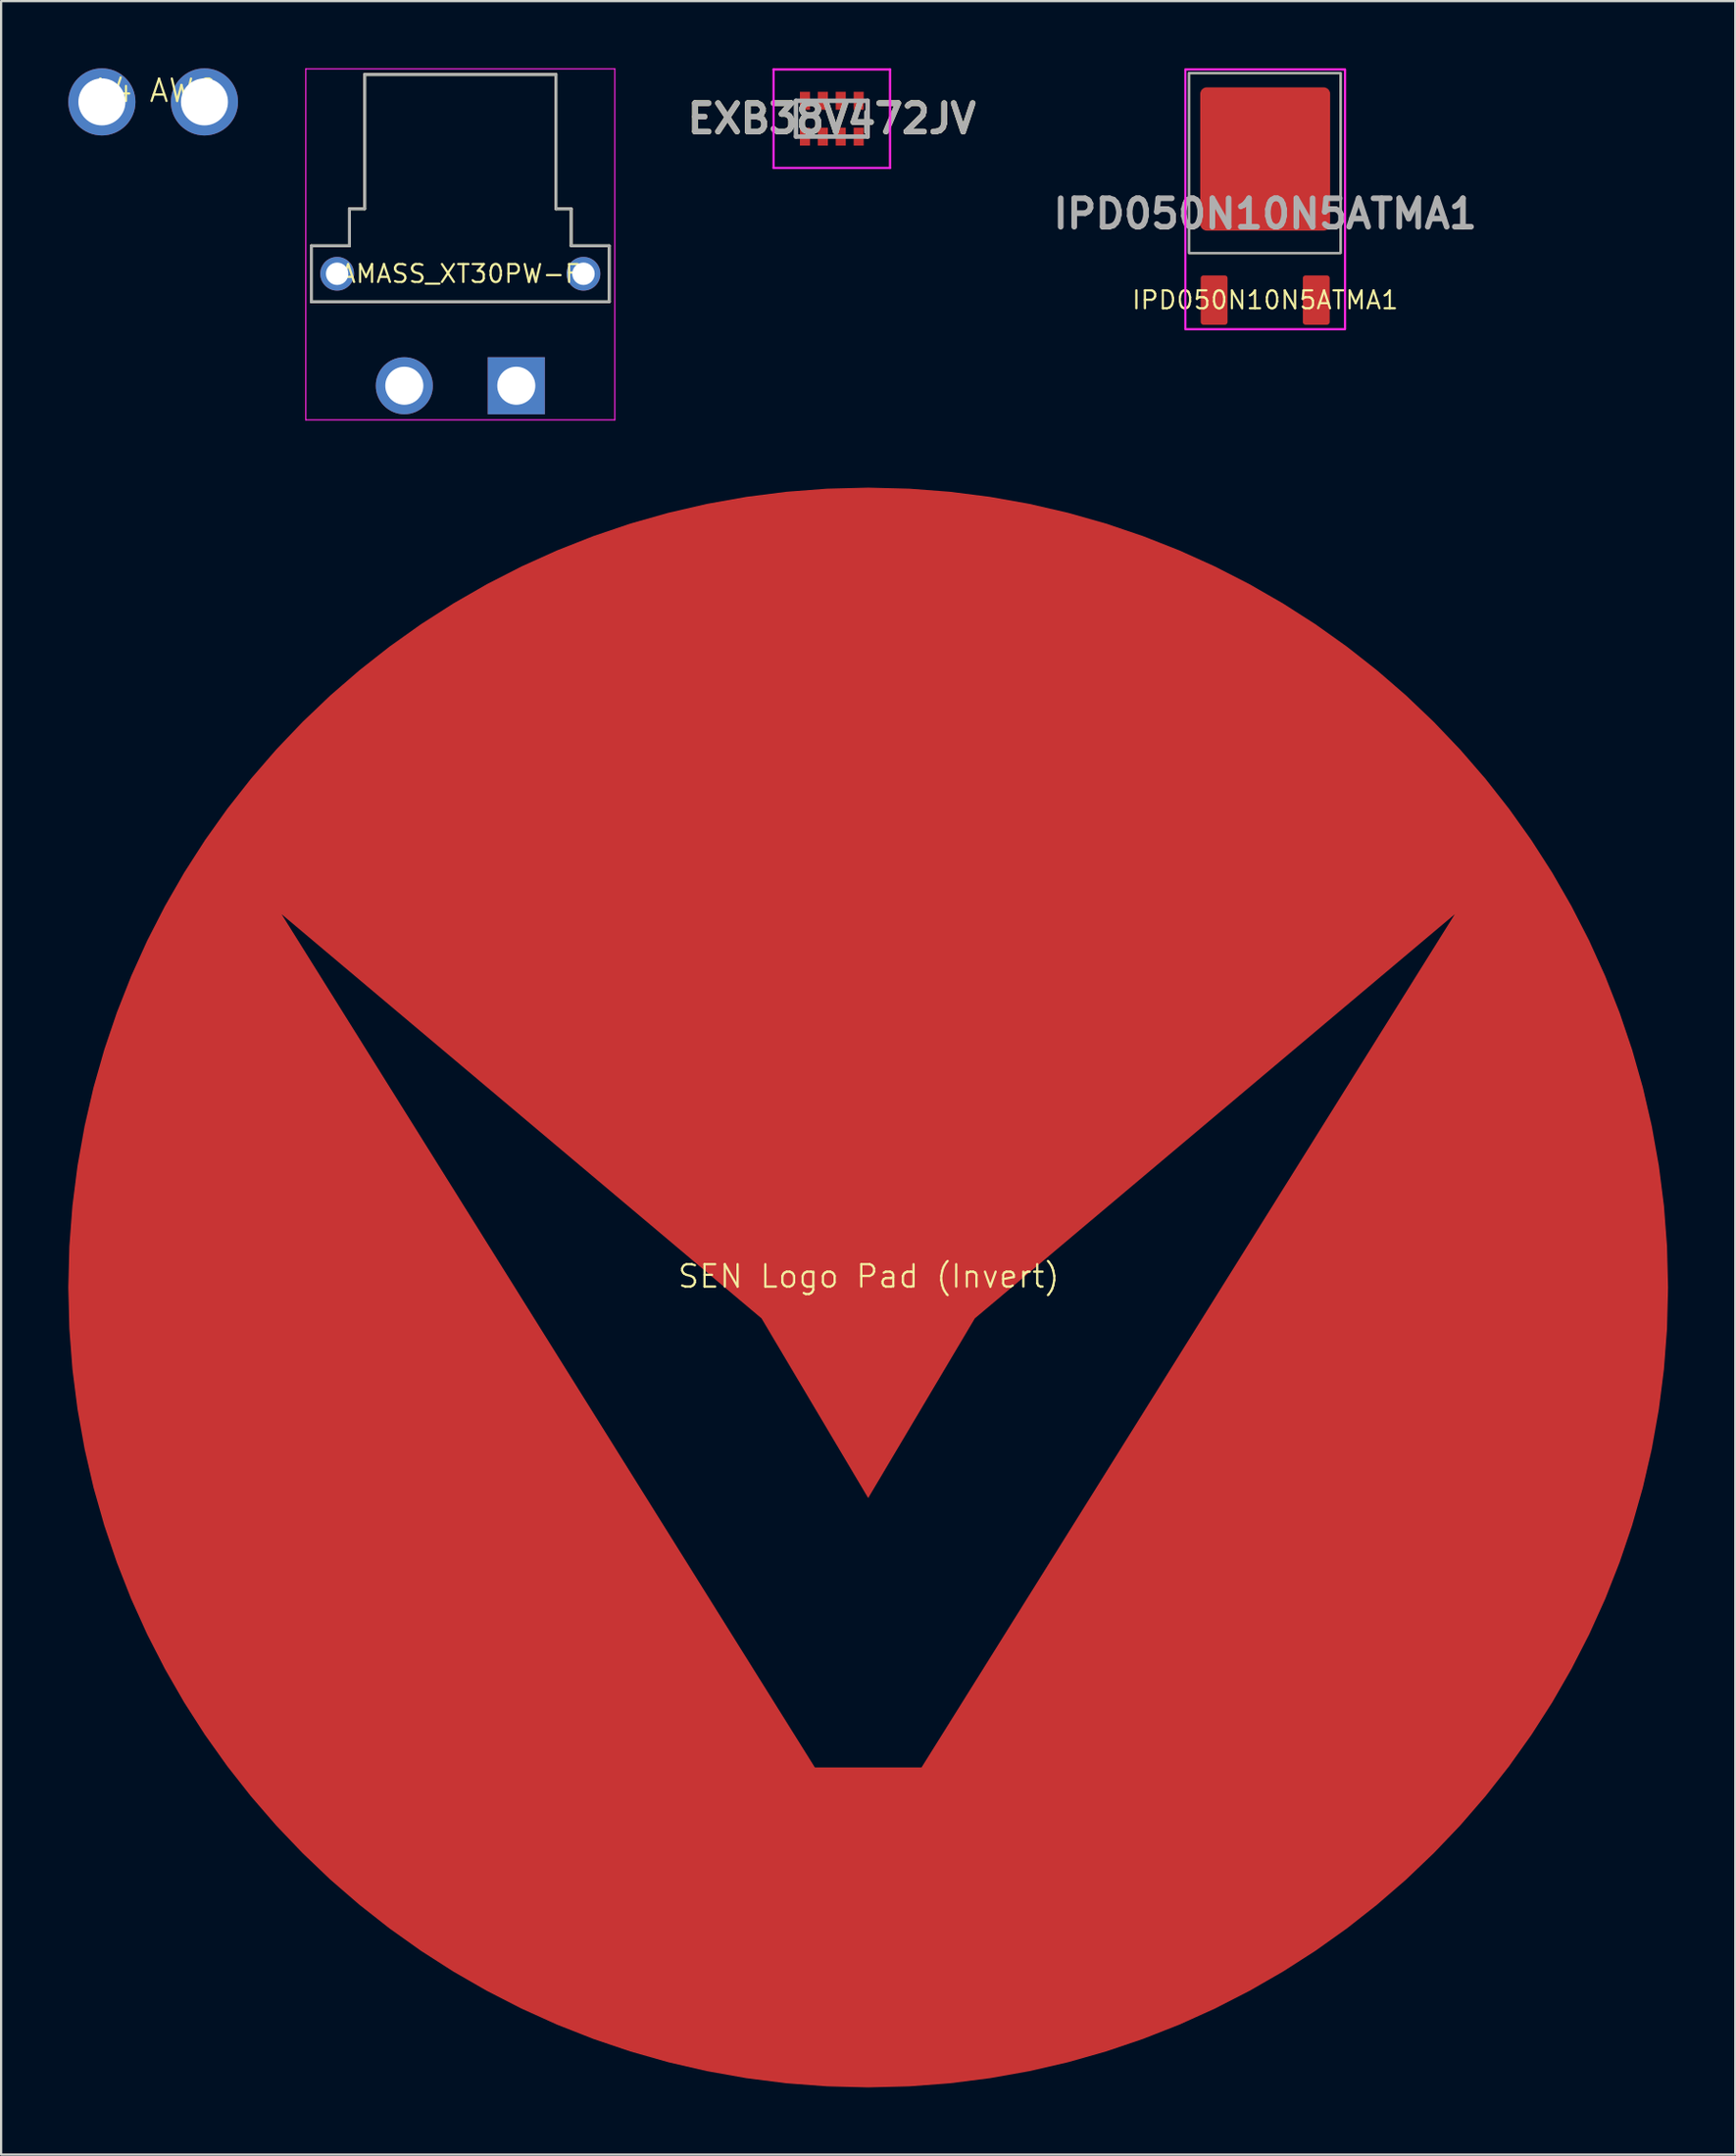
<source format=kicad_pcb>
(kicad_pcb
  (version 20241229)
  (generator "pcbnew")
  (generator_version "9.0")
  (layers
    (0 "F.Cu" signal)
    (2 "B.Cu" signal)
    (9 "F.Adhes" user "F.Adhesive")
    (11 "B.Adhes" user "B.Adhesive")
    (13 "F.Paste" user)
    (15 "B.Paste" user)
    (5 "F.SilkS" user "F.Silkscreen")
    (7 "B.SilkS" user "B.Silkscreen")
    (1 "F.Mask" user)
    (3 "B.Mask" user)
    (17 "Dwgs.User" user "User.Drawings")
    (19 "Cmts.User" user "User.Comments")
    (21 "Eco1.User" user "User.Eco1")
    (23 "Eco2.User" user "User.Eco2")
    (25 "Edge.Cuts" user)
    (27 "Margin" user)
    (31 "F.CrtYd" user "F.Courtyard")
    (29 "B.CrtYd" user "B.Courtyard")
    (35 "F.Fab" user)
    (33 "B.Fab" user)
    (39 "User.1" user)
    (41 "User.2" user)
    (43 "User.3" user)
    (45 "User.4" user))
  (footprint "EXB38V472JV"
    (layer "F.Cu")
    (at 34.094 2.25)
    (property "Reference" "EXB38V472JV" (at 0 0 0) (layer "F.SilkS") (effects (font (size 1.27 1.27) (thickness 0.254))))
    (attr smd)
    (fp_line (start -1.6 -0.8) (end -1.6 0.8) (stroke (width 0.1) (type solid)) (layer "F.SilkS"))
    (fp_line (start 1.6 -0.8) (end 1.6 0.8) (stroke (width 0.1) (type solid)) (layer "F.SilkS"))
    (fp_line (start -2.6 -2.2) (end 2.6 -2.2) (stroke (width 0.1) (type solid)) (layer "F.CrtYd"))
    (fp_line (start -2.6 2.2) (end -2.6 -2.2) (stroke (width 0.1) (type solid)) (layer "F.CrtYd"))
    (fp_line (start 2.6 -2.2) (end 2.6 2.2) (stroke (width 0.1) (type solid)) (layer "F.CrtYd"))
    (fp_line (start 2.6 2.2) (end -2.6 2.2) (stroke (width 0.1) (type solid)) (layer "F.CrtYd"))
    (fp_line (start -1.6 -0.8) (end 1.6 -0.8) (stroke (width 0.2) (type solid)) (layer "F.Fab"))
    (fp_line (start -1.6 0.8) (end -1.6 -0.8) (stroke (width 0.2) (type solid)) (layer "F.Fab"))
    (fp_line (start 1.6 -0.8) (end 1.6 0.8) (stroke (width 0.2) (type solid)) (layer "F.Fab"))
    (fp_line (start 1.6 0.8) (end -1.6 0.8) (stroke (width 0.2) (type solid)) (layer "F.Fab"))
    (fp_text user "${REFERENCE}" (at 0 0 0) (layer "F.Fab") (effects (font (size 1.27 1.27) (thickness 0.254))))
    (pad "1" smd rect (at -1.2 0.8) (size 0.45 0.8) (layers "F.Cu" "F.Mask" "F.Paste"))
    (pad "2" smd rect (at -0.4 0.8) (size 0.45 0.8) (layers "F.Cu" "F.Mask" "F.Paste"))
    (pad "3" smd rect (at 0.4 0.8) (size 0.45 0.8) (layers "F.Cu" "F.Mask" "F.Paste"))
    (pad "4" smd rect (at 1.2 0.8) (size 0.45 0.8) (layers "F.Cu" "F.Mask" "F.Paste"))
    (pad "5" smd rect (at 1.2 -0.8) (size 0.45 0.8) (layers "F.Cu" "F.Mask" "F.Paste"))
    (pad "6" smd rect (at 0.4 -0.8) (size 0.45 0.8) (layers "F.Cu" "F.Mask" "F.Paste"))
    (pad "7" smd rect (at -0.4 -0.8) (size 0.45 0.8) (layers "F.Cu" "F.Mask" "F.Paste"))
    (pad "8" smd rect (at -1.2 -0.8) (size 0.45 0.8) (layers "F.Cu" "F.Mask" "F.Paste")))
  (footprint "14 AWG"
    (layer "F.Cu")
    (at 3.79 1.5)
    (property "Reference" "14 AWG" (at 0 -0.5 0) (unlocked yes) (layer "F.SilkS") (effects (font (size 1 1) (thickness 0.1))))
    (attr through_hole)
    (pad "1" thru_hole circle (at -2.29 0) (size 3 3) (drill 2.1) (layers "*.Cu" "*.Mask" "Eco1.User"))
    (pad "2" thru_hole circle (at 2.29 0) (size 3 3) (drill 2.1) (layers "*.Cu" "*.Mask" "Eco1.User")))
  (footprint "IPD050N10N5ATMA1"
    (layer "F.Cu")
    (at 53.447 4.05)
    (property "Reference" "IPD050N10N5ATMA1" (at 0 6.3 180) (layer "F.SilkS") (effects (font (size 0.8 0.8) (thickness 0.1))))
    (attr smd)
    (fp_rect (start -3.4 -3.84) (end 3.365 4.2) (stroke (width 0.1) (type default)) (fill no) (layer "F.SilkS"))
    (fp_rect (start -3.565 -4) (end 3.565 7.6) (stroke (width 0.1) (type solid)) (fill no) (layer "F.CrtYd"))
    (fp_rect (start -3.4 -3.84) (end 3.365 4.2) (stroke (width 0.1) (type default)) (fill no) (layer "F.Fab"))
    (fp_text user "${REFERENCE}" (at 0 2.45 0) (layer "F.Fab") (effects (font (size 1.27 1.27) (thickness 0.254))))
    (pad "1" smd roundrect (at -2.28 6.3) (size 1.2 2.2) (layers "F.Cu" "F.Mask" "F.Paste") (roundrect_rratio 0.1))
    (pad "2" smd roundrect (at 0 0) (size 5.8 6.4) (layers "F.Cu" "F.Mask" "F.Paste") (roundrect_rratio 0.05))
    (pad "3" smd roundrect (at 2.28 6.3) (size 1.2 2.2) (layers "F.Cu" "F.Mask" "F.Paste") (roundrect_rratio 0.1)))
  (footprint "AMASS_XT30PW-F"
    (layer "F.Cu")
    (at 17.505 9.175)
    (property "Reference" "AMASS_XT30PW-F" (at 0 0 0) (layer "F.SilkS") (effects (font (size 0.8 0.8) (thickness 0.1))))
    (attr through_hole)
    (fp_line (start -6.65 -1.25) (end -4.95 -1.25) (stroke (width 0.127) (type solid)) (layer "F.SilkS"))
    (fp_line (start -6.65 1.25) (end -6.65 -1.25) (stroke (width 0.127) (type solid)) (layer "F.SilkS"))
    (fp_line (start -4.95 -2.9) (end -4.27 -2.9) (stroke (width 0.127) (type solid)) (layer "F.SilkS"))
    (fp_line (start -4.95 -1.25) (end -4.95 -2.9) (stroke (width 0.127) (type solid)) (layer "F.SilkS"))
    (fp_line (start -4.27 -8.9) (end 4.27 -8.9) (stroke (width 0.127) (type solid)) (layer "F.SilkS"))
    (fp_line (start -4.27 -2.9) (end -4.27 -8.9) (stroke (width 0.127) (type solid)) (layer "F.SilkS"))
    (fp_line (start 4.27 -2.9) (end 4.27 -8.9) (stroke (width 0.127) (type solid)) (layer "F.SilkS"))
    (fp_line (start 4.95 -2.9) (end 4.27 -2.9) (stroke (width 0.127) (type solid)) (layer "F.SilkS"))
    (fp_line (start 4.95 -1.25) (end 4.95 -2.9) (stroke (width 0.127) (type solid)) (layer "F.SilkS"))
    (fp_line (start 6.65 -1.25) (end 4.95 -1.25) (stroke (width 0.127) (type solid)) (layer "F.SilkS"))
    (fp_line (start 6.65 1.25) (end -6.65 1.25) (stroke (width 0.127) (type solid)) (layer "F.SilkS"))
    (fp_line (start 6.65 1.25) (end 6.65 -1.25) (stroke (width 0.127) (type solid)) (layer "F.SilkS"))
    (fp_line (start -6.9 -9.15) (end 6.9 -9.15) (stroke (width 0.05) (type solid)) (layer "F.CrtYd"))
    (fp_line (start -6.9 6.525) (end -6.9 -9.15) (stroke (width 0.05) (type solid)) (layer "F.CrtYd"))
    (fp_line (start 6.9 -9.15) (end 6.9 6.525) (stroke (width 0.05) (type solid)) (layer "F.CrtYd"))
    (fp_line (start 6.9 6.525) (end -6.9 6.525) (stroke (width 0.05) (type solid)) (layer "F.CrtYd"))
    (fp_line (start -6.65 -1.25) (end -4.95 -1.25) (stroke (width 0.127) (type solid)) (layer "F.Fab"))
    (fp_line (start -6.65 1.25) (end -6.65 -1.25) (stroke (width 0.127) (type solid)) (layer "F.Fab"))
    (fp_line (start -4.95 -2.9) (end -4.27 -2.9) (stroke (width 0.127) (type solid)) (layer "F.Fab"))
    (fp_line (start -4.95 -1.25) (end -4.95 -2.9) (stroke (width 0.127) (type solid)) (layer "F.Fab"))
    (fp_line (start -4.27 -8.9) (end 4.27 -8.9) (stroke (width 0.127) (type solid)) (layer "F.Fab"))
    (fp_line (start -4.27 -2.9) (end -4.27 -8.9) (stroke (width 0.127) (type solid)) (layer "F.Fab"))
    (fp_line (start 4.27 -2.9) (end 4.27 -8.9) (stroke (width 0.127) (type solid)) (layer "F.Fab"))
    (fp_line (start 4.95 -2.9) (end 4.27 -2.9) (stroke (width 0.127) (type solid)) (layer "F.Fab"))
    (fp_line (start 4.95 -1.25) (end 4.95 -2.9) (stroke (width 0.127) (type solid)) (layer "F.Fab"))
    (fp_line (start 6.65 -1.25) (end 4.95 -1.25) (stroke (width 0.127) (type solid)) (layer "F.Fab"))
    (fp_line (start 6.65 1.25) (end -6.65 1.25) (stroke (width 0.127) (type solid)) (layer "F.Fab"))
    (fp_line (start 6.65 1.25) (end 6.65 -1.25) (stroke (width 0.127) (type solid)) (layer "F.Fab"))
    (pad "1" thru_hole circle (at -2.5 5) (size 2.55 2.55) (drill 1.7) (layers "*.Cu" "*.Mask"))
    (pad "2" thru_hole rect (at 2.5 5) (size 2.55 2.55) (drill 1.7) (layers "*.Cu" "*.Mask"))
    (pad "S1" thru_hole circle (at 5.5 0) (size 1.508 1.508) (drill 1) (layers "*.Cu" "*.Mask"))
    (pad "S2" thru_hole circle (at -5.5 0) (size 1.508 1.508) (drill 1) (layers "*.Cu" "*.Mask")))
  (footprint "SEN Logo Pad (Invert)"
    (layer "F.Cu")
    (at 35.744 54.444)
    (property "Reference" "SEN Logo Pad (Invert)" (at 0 -0.5 0) (unlocked yes) (layer "F.SilkS") (effects (font (size 1 1) (thickness 0.1))))
    (attr smd)
    (pad "3" smd custom (at -0.1 29.2) (size 1.524 1.524) (layers "F.Cu" "F.Mask") (options (anchor circle)) (primitives (gr_poly (pts (xy -1.143 -0.381) (xy -1.127 -0.49) (xy -1.072 -0.602) (xy -0.983 -0.691) (xy -0.871 -0.746) (xy -0.762 -0.762) (xy 0.762 -0.762) (xy 0.871 -0.746) (xy 0.983 -0.691) (xy 1.072 -0.602) (xy 1.127 -0.49) (xy 1.143 -0.381) (xy 1.143 0.381) (xy 1.127 0.49) (xy 1.072 0.602) (xy 0.983 0.691) (xy 0.871 0.746) (xy 0.762 0.762) (xy -0.762 0.762) (xy -0.871 0.746) (xy -0.983 0.691) (xy -1.072 0.602) (xy -1.127 0.49) (xy -1.143 0.381)) (width 0) (fill yes)) (gr_poly (pts (xy 1.913 -64.872) (xy 3.727 -64.734) (xy 5.515 -64.507) (xy 7.274 -64.193) (xy 9.002 -63.794) (xy 10.697 -63.313) (xy 12.356 -62.751) (xy 13.979 -62.112) (xy 15.561 -61.397) (xy 17.101 -60.608) (xy 18.597 -59.748) (xy 20.046 -58.819) (xy 21.446 -57.823) (xy 22.796 -56.762) (xy 24.092 -55.64) (xy 25.332 -54.457) (xy 26.515 -53.217) (xy 27.637 -51.921) (xy 28.698 -50.571) (xy 29.694 -49.171) (xy 30.623 -47.722) (xy 31.483 -46.226) (xy 32.272 -44.686) (xy 32.987 -43.104) (xy 33.626 -41.481) (xy 34.188 -39.822) (xy 34.669 -38.127) (xy 35.068 -36.399) (xy 35.382 -34.64) (xy 35.609 -32.852) (xy 35.747 -31.038) (xy 35.794 -29.2) (xy 35.747 -27.362) (xy 35.609 -25.548) (xy 35.382 -23.76) (xy 35.068 -22.001) (xy 34.669 -20.273) (xy 34.188 -18.578) (xy 33.626 -16.919) (xy 32.987 -15.296) (xy 32.272 -13.714) (xy 31.483 -12.174) (xy 30.623 -10.678) (xy 29.694 -9.229) (xy 28.698 -7.829) (xy 27.637 -6.479) (xy 26.515 -5.183) (xy 25.332 -3.943) (xy 24.092 -2.76) (xy 22.796 -1.638) (xy 21.446 -0.577) (xy 20.046 0.419) (xy 18.597 1.348) (xy 17.101 2.208) (xy 15.561 2.997) (xy 13.979 3.712) (xy 12.356 4.351) (xy 10.697 4.913) (xy 9.002 5.394) (xy 7.274 5.793) (xy 5.515 6.107) (xy 3.727 6.334) (xy 1.913 6.472) (xy 0.075 6.519) (xy -1.763 6.472) (xy -3.577 6.334) (xy -5.365 6.107) (xy -7.124 5.793) (xy -8.852 5.394) (xy -10.547 4.913) (xy -12.206 4.351) (xy -13.829 3.712) (xy -15.411 2.997) (xy -16.951 2.208) (xy -18.447 1.348) (xy -19.896 0.419) (xy -21.296 -0.577) (xy -22.646 -1.638) (xy -23.942 -2.76) (xy -25.182 -3.943) (xy -26.365 -5.183) (xy -27.487 -6.479) (xy -28.548 -7.829) (xy -29.544 -9.229) (xy -30.473 -10.678) (xy -31.333 -12.174) (xy -32.122 -13.714) (xy -32.837 -15.296) (xy -33.476 -16.919) (xy -34.038 -18.578) (xy -34.519 -20.273) (xy -34.918 -22.001) (xy -35.232 -23.76) (xy -35.459 -25.548) (xy -35.597 -27.362) (xy -35.644 -29.2) (xy -35.597 -31.038) (xy -35.459 -32.852) (xy -35.232 -34.64) (xy -34.918 -36.399) (xy -34.519 -38.127) (xy -34.038 -39.822) (xy -33.476 -41.481) (xy -32.837 -43.104) (xy -32.122 -44.686) (xy -31.516 -45.869) (xy -26.119 -45.869) (xy -2.306 -7.769) (xy 2.456 -7.769) (xy 26.269 -45.869) (xy 4.837 -27.822) (xy 0.075 -19.799) (xy -4.688 -27.822) (xy -26.119 -45.869) (xy -31.516 -45.869) (xy -31.333 -46.226) (xy -30.473 -47.722) (xy -29.544 -49.171) (xy -28.548 -50.571) (xy -27.487 -51.921) (xy -26.365 -53.217) (xy -25.182 -54.457) (xy -23.942 -55.64) (xy -22.646 -56.762) (xy -21.296 -57.823) (xy -19.896 -58.819) (xy -18.447 -59.748) (xy -16.951 -60.608) (xy -15.411 -61.397) (xy -13.829 -62.112) (xy -12.206 -62.751) (xy -10.547 -63.313) (xy -8.852 -63.794) (xy -7.124 -64.193) (xy -5.365 -64.507) (xy -3.577 -64.734) (xy -1.763 -64.872) (xy 0.075 -64.919)) (width 0) (fill yes)))))
  (gr_rect
    (start -3 -3)
    (end 74.438 93.162)
    (stroke (width 0.1) (type default))
    (fill no)
    (layer "Edge.Cuts")))
</source>
